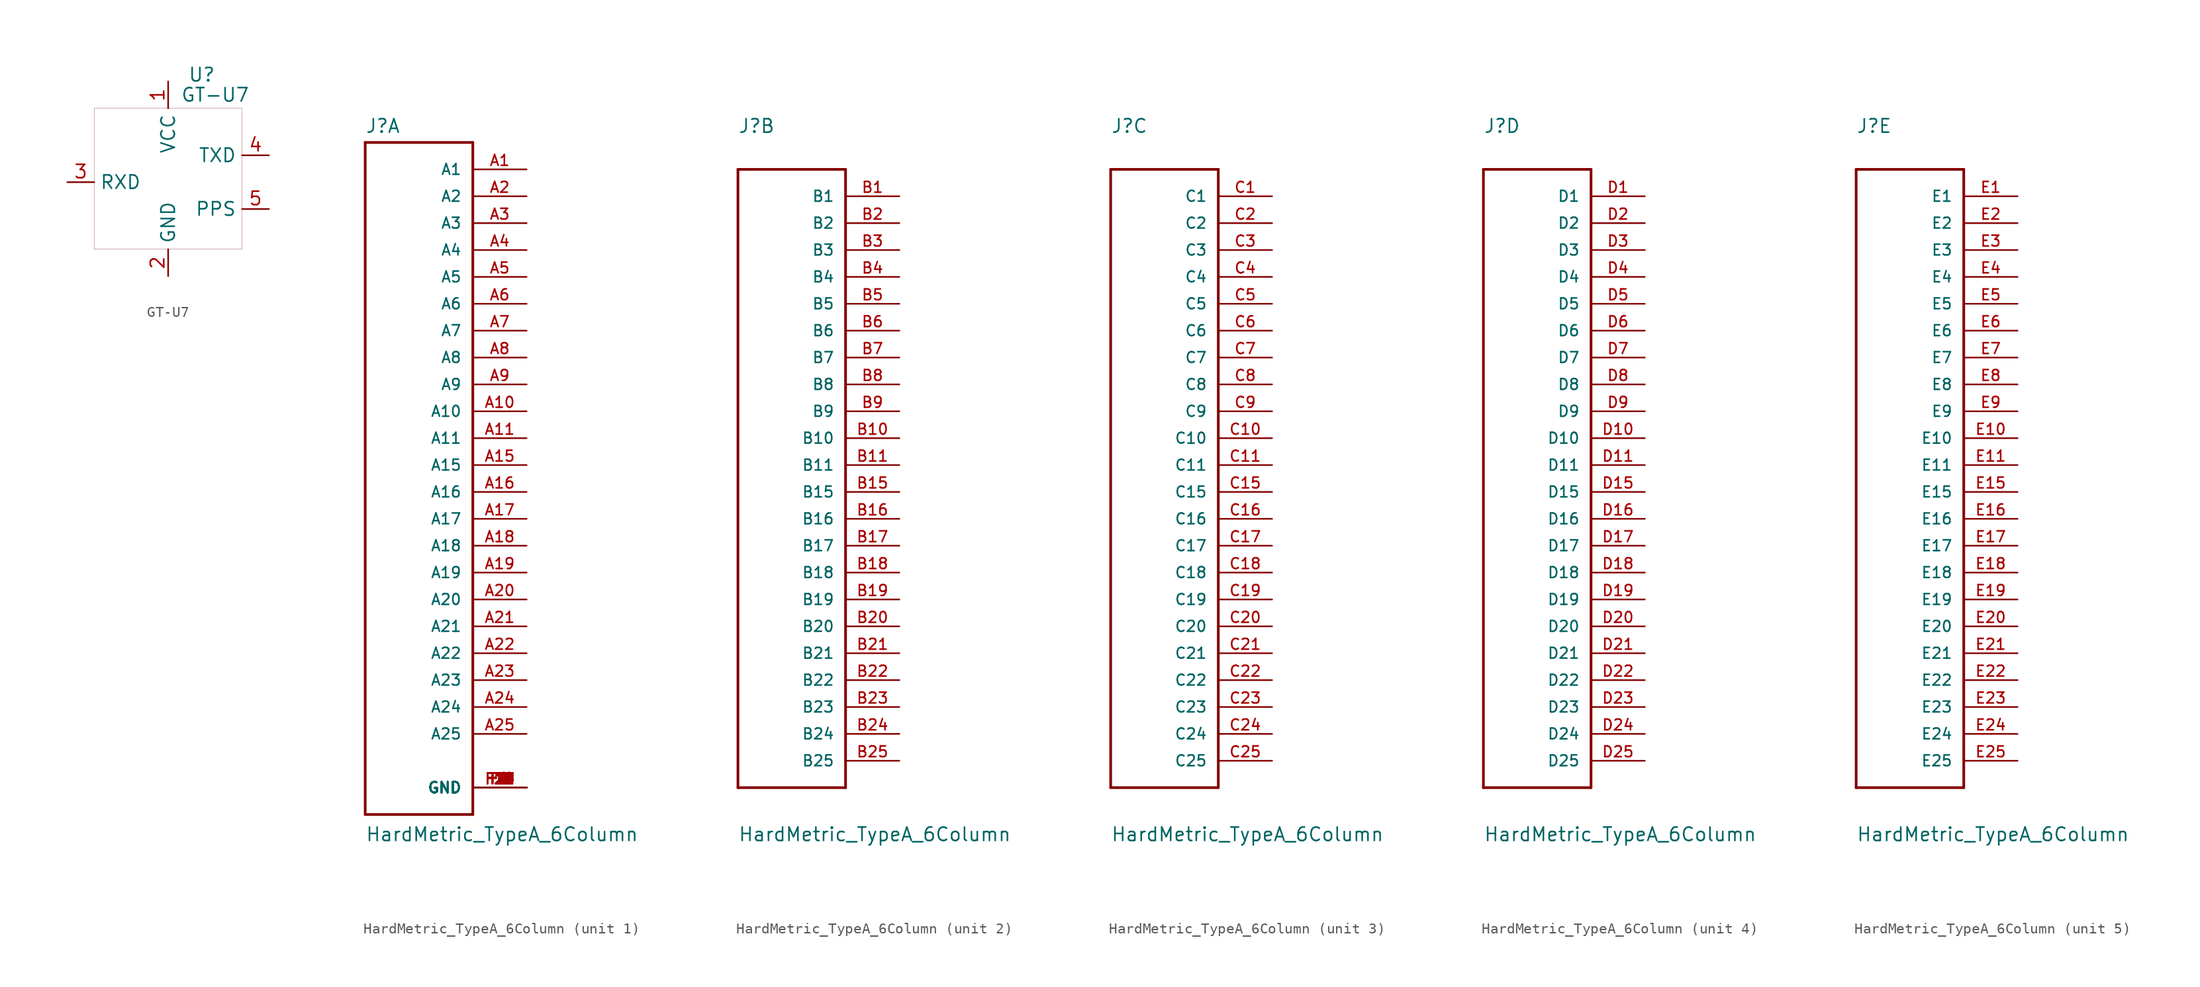
<source format=kicad_sym>
(kicad_symbol_lib
  (version 20211014)
  (generator kicad_symbol_editor)
  (symbol "GT-U7"
    (property "Reference" "U"
      (at 3.175 10.16 0)
      (effects (font (size 1.27 1.27))))
    (property "Value" "GT-U7"
      (at 4.445 8.255 0)
      (effects (font (size 1.27 1.27))))
    (symbol "GT-U7_0_1"
      (rectangle (start -6.985 6.985) (end 6.985 -6.35) (stroke (width 0.001) (type default) (color 0 0 0 0)) (fill (type none))))
    (symbol "GT-U7_1_1"
      (pin power_in line (at 0 9.525 270) (length 2.54) (name "VCC" (effects (font (size 1.27 1.27)))) (number "1" (effects (font (size 1.27 1.27)))))
      (pin power_in line (at 0 -8.89 90) (length 2.54) (name "GND" (effects (font (size 1.27 1.27)))) (number "2" (effects (font (size 1.27 1.27)))))
      (pin input line (at -9.525 0 0) (length 2.54) (name "RXD" (effects (font (size 1.27 1.27)))) (number "3" (effects (font (size 1.27 1.27)))))
      (pin output line (at 9.525 2.54 180) (length 2.54) (name "TXD" (effects (font (size 1.27 1.27)))) (number "4" (effects (font (size 1.27 1.27)))))
      (pin output line (at 9.525 -2.54 180) (length 2.54) (name "PPS" (effects (font (size 1.27 1.27)))) (number "5" (effects (font (size 1.27 1.27)))))))
  (symbol "HardMetric_TypeA_6Column"
    (pin_names
      (offset 1.016))
    (property "Reference" "J"
      (at -5.08 31.293 0)
      (effects (font (size 1.27 1.27)) (justify left bottom)))
    (property "Value" "HardMetric_TypeA_6Column"
      (at -5.08 -35.636 0)
      (effects (font (size 1.27 1.27)) (justify left bottom)))
    (property "ki_locked" ""
      (at 0 0 0)
      (effects (font (size 1.27 1.27))))
    (symbol "HardMetric_TypeA_6Column_1_0"
      (polyline (pts (xy -5.08 -33.02) (xy 5.08 -33.02)) (stroke (width 0.254) (type default) (color 0 0 0 0)) (fill (type none)))
      (polyline (pts (xy -5.08 30.48) (xy -5.08 -33.02)) (stroke (width 0.254) (type default) (color 0 0 0 0)) (fill (type none)))
      (polyline (pts (xy 5.08 -33.02) (xy 5.08 30.48)) (stroke (width 0.254) (type default) (color 0 0 0 0)) (fill (type none)))
      (polyline (pts (xy 5.08 30.48) (xy -5.08 30.48)) (stroke (width 0.254) (type default) (color 0 0 0 0)) (fill (type none)))
      (pin passive line (at 10.16 27.94 180) (length 5.08) (name "A1" (effects (font (size 1.016 1.016)))) (number "A1" (effects (font (size 1.016 1.016)))))
      (pin passive line (at 10.16 5.08 180) (length 5.08) (name "A10" (effects (font (size 1.016 1.016)))) (number "A10" (effects (font (size 1.016 1.016)))))
      (pin passive line (at 10.16 2.54 180) (length 5.08) (name "A11" (effects (font (size 1.016 1.016)))) (number "A11" (effects (font (size 1.016 1.016)))))
      (pin passive line (at 10.16 0 180) (length 5.08) (name "A15" (effects (font (size 1.016 1.016)))) (number "A15" (effects (font (size 1.016 1.016)))))
      (pin passive line (at 10.16 -2.54 180) (length 5.08) (name "A16" (effects (font (size 1.016 1.016)))) (number "A16" (effects (font (size 1.016 1.016)))))
      (pin passive line (at 10.16 -5.08 180) (length 5.08) (name "A17" (effects (font (size 1.016 1.016)))) (number "A17" (effects (font (size 1.016 1.016)))))
      (pin passive line (at 10.16 -7.62 180) (length 5.08) (name "A18" (effects (font (size 1.016 1.016)))) (number "A18" (effects (font (size 1.016 1.016)))))
      (pin passive line (at 10.16 -10.16 180) (length 5.08) (name "A19" (effects (font (size 1.016 1.016)))) (number "A19" (effects (font (size 1.016 1.016)))))
      (pin passive line (at 10.16 25.4 180) (length 5.08) (name "A2" (effects (font (size 1.016 1.016)))) (number "A2" (effects (font (size 1.016 1.016)))))
      (pin passive line (at 10.16 -12.7 180) (length 5.08) (name "A20" (effects (font (size 1.016 1.016)))) (number "A20" (effects (font (size 1.016 1.016)))))
      (pin passive line (at 10.16 -15.24 180) (length 5.08) (name "A21" (effects (font (size 1.016 1.016)))) (number "A21" (effects (font (size 1.016 1.016)))))
      (pin passive line (at 10.16 -17.78 180) (length 5.08) (name "A22" (effects (font (size 1.016 1.016)))) (number "A22" (effects (font (size 1.016 1.016)))))
      (pin passive line (at 10.16 -20.32 180) (length 5.08) (name "A23" (effects (font (size 1.016 1.016)))) (number "A23" (effects (font (size 1.016 1.016)))))
      (pin passive line (at 10.16 -22.86 180) (length 5.08) (name "A24" (effects (font (size 1.016 1.016)))) (number "A24" (effects (font (size 1.016 1.016)))))
      (pin passive line (at 10.16 -25.4 180) (length 5.08) (name "A25" (effects (font (size 1.016 1.016)))) (number "A25" (effects (font (size 1.016 1.016)))))
      (pin passive line (at 10.16 22.86 180) (length 5.08) (name "A3" (effects (font (size 1.016 1.016)))) (number "A3" (effects (font (size 1.016 1.016)))))
      (pin passive line (at 10.16 20.32 180) (length 5.08) (name "A4" (effects (font (size 1.016 1.016)))) (number "A4" (effects (font (size 1.016 1.016)))))
      (pin passive line (at 10.16 17.78 180) (length 5.08) (name "A5" (effects (font (size 1.016 1.016)))) (number "A5" (effects (font (size 1.016 1.016)))))
      (pin passive line (at 10.16 15.24 180) (length 5.08) (name "A6" (effects (font (size 1.016 1.016)))) (number "A6" (effects (font (size 1.016 1.016)))))
      (pin passive line (at 10.16 12.7 180) (length 5.08) (name "A7" (effects (font (size 1.016 1.016)))) (number "A7" (effects (font (size 1.016 1.016)))))
      (pin passive line (at 10.16 10.16 180) (length 5.08) (name "A8" (effects (font (size 1.016 1.016)))) (number "A8" (effects (font (size 1.016 1.016)))))
      (pin passive line (at 10.16 7.62 180) (length 5.08) (name "A9" (effects (font (size 1.016 1.016)))) (number "A9" (effects (font (size 1.016 1.016)))))
      (pin passive line (at 10.16 -30.48 180) (length 5.08) (name "GND" (effects (font (size 1.016 1.016)))) (number "F1" (effects (font (size 1.016 1.016)))))
      (pin passive line (at 10.16 -30.48 180) (length 5.08) (name "GND" (effects (font (size 1.016 1.016)))) (number "F10" (effects (font (size 1.016 1.016)))))
      (pin passive line (at 10.16 -30.48 180) (length 5.08) (name "GND" (effects (font (size 1.016 1.016)))) (number "F11" (effects (font (size 1.016 1.016)))))
      (pin passive line (at 10.16 -30.48 180) (length 5.08) (name "GND" (effects (font (size 1.016 1.016)))) (number "F15" (effects (font (size 1.016 1.016)))))
      (pin passive line (at 10.16 -30.48 180) (length 5.08) (name "GND" (effects (font (size 1.016 1.016)))) (number "F16" (effects (font (size 1.016 1.016)))))
      (pin passive line (at 10.16 -30.48 180) (length 5.08) (name "GND" (effects (font (size 1.016 1.016)))) (number "F17" (effects (font (size 1.016 1.016)))))
      (pin passive line (at 10.16 -30.48 180) (length 5.08) (name "GND" (effects (font (size 1.016 1.016)))) (number "F18" (effects (font (size 1.016 1.016)))))
      (pin passive line (at 10.16 -30.48 180) (length 5.08) (name "GND" (effects (font (size 1.016 1.016)))) (number "F19" (effects (font (size 1.016 1.016)))))
      (pin passive line (at 10.16 -30.48 180) (length 5.08) (name "GND" (effects (font (size 1.016 1.016)))) (number "F2" (effects (font (size 1.016 1.016)))))
      (pin passive line (at 10.16 -30.48 180) (length 5.08) (name "GND" (effects (font (size 1.016 1.016)))) (number "F20" (effects (font (size 1.016 1.016)))))
      (pin passive line (at 10.16 -30.48 180) (length 5.08) (name "GND" (effects (font (size 1.016 1.016)))) (number "F21" (effects (font (size 1.016 1.016)))))
      (pin passive line (at 10.16 -30.48 180) (length 5.08) (name "GND" (effects (font (size 1.016 1.016)))) (number "F22" (effects (font (size 1.016 1.016)))))
      (pin passive line (at 10.16 -30.48 180) (length 5.08) (name "GND" (effects (font (size 1.016 1.016)))) (number "F23" (effects (font (size 1.016 1.016)))))
      (pin passive line (at 10.16 -30.48 180) (length 5.08) (name "GND" (effects (font (size 1.016 1.016)))) (number "F24" (effects (font (size 1.016 1.016)))))
      (pin passive line (at 10.16 -30.48 180) (length 5.08) (name "GND" (effects (font (size 1.016 1.016)))) (number "F25" (effects (font (size 1.016 1.016)))))
      (pin passive line (at 10.16 -30.48 180) (length 5.08) (name "GND" (effects (font (size 1.016 1.016)))) (number "F3" (effects (font (size 1.016 1.016)))))
      (pin passive line (at 10.16 -30.48 180) (length 5.08) (name "GND" (effects (font (size 1.016 1.016)))) (number "F4" (effects (font (size 1.016 1.016)))))
      (pin passive line (at 10.16 -30.48 180) (length 5.08) (name "GND" (effects (font (size 1.016 1.016)))) (number "F5" (effects (font (size 1.016 1.016)))))
      (pin passive line (at 10.16 -30.48 180) (length 5.08) (name "GND" (effects (font (size 1.016 1.016)))) (number "F6" (effects (font (size 1.016 1.016)))))
      (pin passive line (at 10.16 -30.48 180) (length 5.08) (name "GND" (effects (font (size 1.016 1.016)))) (number "F7" (effects (font (size 1.016 1.016)))))
      (pin passive line (at 10.16 -30.48 180) (length 5.08) (name "GND" (effects (font (size 1.016 1.016)))) (number "F8" (effects (font (size 1.016 1.016)))))
      (pin passive line (at 10.16 -30.48 180) (length 5.08) (name "GND" (effects (font (size 1.016 1.016)))) (number "F9" (effects (font (size 1.016 1.016))))))
    (symbol "HardMetric_TypeA_6Column_2_0"
      (polyline (pts (xy -5.08 -30.48) (xy 5.08 -30.48)) (stroke (width 0.254) (type default) (color 0 0 0 0)) (fill (type none)))
      (polyline (pts (xy -5.08 27.94) (xy -5.08 -30.48)) (stroke (width 0.254) (type default) (color 0 0 0 0)) (fill (type none)))
      (polyline (pts (xy 5.08 -30.48) (xy 5.08 27.94)) (stroke (width 0.254) (type default) (color 0 0 0 0)) (fill (type none)))
      (polyline (pts (xy 5.08 27.94) (xy -5.08 27.94)) (stroke (width 0.254) (type default) (color 0 0 0 0)) (fill (type none)))
      (pin passive line (at 10.16 25.4 180) (length 5.08) (name "B1" (effects (font (size 1.016 1.016)))) (number "B1" (effects (font (size 1.016 1.016)))))
      (pin passive line (at 10.16 2.54 180) (length 5.08) (name "B10" (effects (font (size 1.016 1.016)))) (number "B10" (effects (font (size 1.016 1.016)))))
      (pin passive line (at 10.16 0 180) (length 5.08) (name "B11" (effects (font (size 1.016 1.016)))) (number "B11" (effects (font (size 1.016 1.016)))))
      (pin passive line (at 10.16 -2.54 180) (length 5.08) (name "B15" (effects (font (size 1.016 1.016)))) (number "B15" (effects (font (size 1.016 1.016)))))
      (pin passive line (at 10.16 -5.08 180) (length 5.08) (name "B16" (effects (font (size 1.016 1.016)))) (number "B16" (effects (font (size 1.016 1.016)))))
      (pin passive line (at 10.16 -7.62 180) (length 5.08) (name "B17" (effects (font (size 1.016 1.016)))) (number "B17" (effects (font (size 1.016 1.016)))))
      (pin passive line (at 10.16 -10.16 180) (length 5.08) (name "B18" (effects (font (size 1.016 1.016)))) (number "B18" (effects (font (size 1.016 1.016)))))
      (pin passive line (at 10.16 -12.7 180) (length 5.08) (name "B19" (effects (font (size 1.016 1.016)))) (number "B19" (effects (font (size 1.016 1.016)))))
      (pin passive line (at 10.16 22.86 180) (length 5.08) (name "B2" (effects (font (size 1.016 1.016)))) (number "B2" (effects (font (size 1.016 1.016)))))
      (pin passive line (at 10.16 -15.24 180) (length 5.08) (name "B20" (effects (font (size 1.016 1.016)))) (number "B20" (effects (font (size 1.016 1.016)))))
      (pin passive line (at 10.16 -17.78 180) (length 5.08) (name "B21" (effects (font (size 1.016 1.016)))) (number "B21" (effects (font (size 1.016 1.016)))))
      (pin passive line (at 10.16 -20.32 180) (length 5.08) (name "B22" (effects (font (size 1.016 1.016)))) (number "B22" (effects (font (size 1.016 1.016)))))
      (pin passive line (at 10.16 -22.86 180) (length 5.08) (name "B23" (effects (font (size 1.016 1.016)))) (number "B23" (effects (font (size 1.016 1.016)))))
      (pin passive line (at 10.16 -25.4 180) (length 5.08) (name "B24" (effects (font (size 1.016 1.016)))) (number "B24" (effects (font (size 1.016 1.016)))))
      (pin passive line (at 10.16 -27.94 180) (length 5.08) (name "B25" (effects (font (size 1.016 1.016)))) (number "B25" (effects (font (size 1.016 1.016)))))
      (pin passive line (at 10.16 20.32 180) (length 5.08) (name "B3" (effects (font (size 1.016 1.016)))) (number "B3" (effects (font (size 1.016 1.016)))))
      (pin passive line (at 10.16 17.78 180) (length 5.08) (name "B4" (effects (font (size 1.016 1.016)))) (number "B4" (effects (font (size 1.016 1.016)))))
      (pin passive line (at 10.16 15.24 180) (length 5.08) (name "B5" (effects (font (size 1.016 1.016)))) (number "B5" (effects (font (size 1.016 1.016)))))
      (pin passive line (at 10.16 12.7 180) (length 5.08) (name "B6" (effects (font (size 1.016 1.016)))) (number "B6" (effects (font (size 1.016 1.016)))))
      (pin passive line (at 10.16 10.16 180) (length 5.08) (name "B7" (effects (font (size 1.016 1.016)))) (number "B7" (effects (font (size 1.016 1.016)))))
      (pin passive line (at 10.16 7.62 180) (length 5.08) (name "B8" (effects (font (size 1.016 1.016)))) (number "B8" (effects (font (size 1.016 1.016)))))
      (pin passive line (at 10.16 5.08 180) (length 5.08) (name "B9" (effects (font (size 1.016 1.016)))) (number "B9" (effects (font (size 1.016 1.016))))))
    (symbol "HardMetric_TypeA_6Column_3_0"
      (polyline (pts (xy -5.08 -30.48) (xy 5.08 -30.48)) (stroke (width 0.254) (type default) (color 0 0 0 0)) (fill (type none)))
      (polyline (pts (xy -5.08 27.94) (xy -5.08 -30.48)) (stroke (width 0.254) (type default) (color 0 0 0 0)) (fill (type none)))
      (polyline (pts (xy 5.08 -30.48) (xy 5.08 27.94)) (stroke (width 0.254) (type default) (color 0 0 0 0)) (fill (type none)))
      (polyline (pts (xy 5.08 27.94) (xy -5.08 27.94)) (stroke (width 0.254) (type default) (color 0 0 0 0)) (fill (type none)))
      (pin passive line (at 10.16 25.4 180) (length 5.08) (name "C1" (effects (font (size 1.016 1.016)))) (number "C1" (effects (font (size 1.016 1.016)))))
      (pin passive line (at 10.16 2.54 180) (length 5.08) (name "C10" (effects (font (size 1.016 1.016)))) (number "C10" (effects (font (size 1.016 1.016)))))
      (pin passive line (at 10.16 0 180) (length 5.08) (name "C11" (effects (font (size 1.016 1.016)))) (number "C11" (effects (font (size 1.016 1.016)))))
      (pin passive line (at 10.16 -2.54 180) (length 5.08) (name "C15" (effects (font (size 1.016 1.016)))) (number "C15" (effects (font (size 1.016 1.016)))))
      (pin passive line (at 10.16 -5.08 180) (length 5.08) (name "C16" (effects (font (size 1.016 1.016)))) (number "C16" (effects (font (size 1.016 1.016)))))
      (pin passive line (at 10.16 -7.62 180) (length 5.08) (name "C17" (effects (font (size 1.016 1.016)))) (number "C17" (effects (font (size 1.016 1.016)))))
      (pin passive line (at 10.16 -10.16 180) (length 5.08) (name "C18" (effects (font (size 1.016 1.016)))) (number "C18" (effects (font (size 1.016 1.016)))))
      (pin passive line (at 10.16 -12.7 180) (length 5.08) (name "C19" (effects (font (size 1.016 1.016)))) (number "C19" (effects (font (size 1.016 1.016)))))
      (pin passive line (at 10.16 22.86 180) (length 5.08) (name "C2" (effects (font (size 1.016 1.016)))) (number "C2" (effects (font (size 1.016 1.016)))))
      (pin passive line (at 10.16 -15.24 180) (length 5.08) (name "C20" (effects (font (size 1.016 1.016)))) (number "C20" (effects (font (size 1.016 1.016)))))
      (pin passive line (at 10.16 -17.78 180) (length 5.08) (name "C21" (effects (font (size 1.016 1.016)))) (number "C21" (effects (font (size 1.016 1.016)))))
      (pin passive line (at 10.16 -20.32 180) (length 5.08) (name "C22" (effects (font (size 1.016 1.016)))) (number "C22" (effects (font (size 1.016 1.016)))))
      (pin passive line (at 10.16 -22.86 180) (length 5.08) (name "C23" (effects (font (size 1.016 1.016)))) (number "C23" (effects (font (size 1.016 1.016)))))
      (pin passive line (at 10.16 -25.4 180) (length 5.08) (name "C24" (effects (font (size 1.016 1.016)))) (number "C24" (effects (font (size 1.016 1.016)))))
      (pin passive line (at 10.16 -27.94 180) (length 5.08) (name "C25" (effects (font (size 1.016 1.016)))) (number "C25" (effects (font (size 1.016 1.016)))))
      (pin passive line (at 10.16 20.32 180) (length 5.08) (name "C3" (effects (font (size 1.016 1.016)))) (number "C3" (effects (font (size 1.016 1.016)))))
      (pin passive line (at 10.16 17.78 180) (length 5.08) (name "C4" (effects (font (size 1.016 1.016)))) (number "C4" (effects (font (size 1.016 1.016)))))
      (pin passive line (at 10.16 15.24 180) (length 5.08) (name "C5" (effects (font (size 1.016 1.016)))) (number "C5" (effects (font (size 1.016 1.016)))))
      (pin passive line (at 10.16 12.7 180) (length 5.08) (name "C6" (effects (font (size 1.016 1.016)))) (number "C6" (effects (font (size 1.016 1.016)))))
      (pin passive line (at 10.16 10.16 180) (length 5.08) (name "C7" (effects (font (size 1.016 1.016)))) (number "C7" (effects (font (size 1.016 1.016)))))
      (pin passive line (at 10.16 7.62 180) (length 5.08) (name "C8" (effects (font (size 1.016 1.016)))) (number "C8" (effects (font (size 1.016 1.016)))))
      (pin passive line (at 10.16 5.08 180) (length 5.08) (name "C9" (effects (font (size 1.016 1.016)))) (number "C9" (effects (font (size 1.016 1.016))))))
    (symbol "HardMetric_TypeA_6Column_4_0"
      (polyline (pts (xy -5.08 -30.48) (xy 5.08 -30.48)) (stroke (width 0.254) (type default) (color 0 0 0 0)) (fill (type none)))
      (polyline (pts (xy -5.08 27.94) (xy -5.08 -30.48)) (stroke (width 0.254) (type default) (color 0 0 0 0)) (fill (type none)))
      (polyline (pts (xy 5.08 -30.48) (xy 5.08 27.94)) (stroke (width 0.254) (type default) (color 0 0 0 0)) (fill (type none)))
      (polyline (pts (xy 5.08 27.94) (xy -5.08 27.94)) (stroke (width 0.254) (type default) (color 0 0 0 0)) (fill (type none)))
      (pin passive line (at 10.16 25.4 180) (length 5.08) (name "D1" (effects (font (size 1.016 1.016)))) (number "D1" (effects (font (size 1.016 1.016)))))
      (pin passive line (at 10.16 2.54 180) (length 5.08) (name "D10" (effects (font (size 1.016 1.016)))) (number "D10" (effects (font (size 1.016 1.016)))))
      (pin passive line (at 10.16 0 180) (length 5.08) (name "D11" (effects (font (size 1.016 1.016)))) (number "D11" (effects (font (size 1.016 1.016)))))
      (pin passive line (at 10.16 -2.54 180) (length 5.08) (name "D15" (effects (font (size 1.016 1.016)))) (number "D15" (effects (font (size 1.016 1.016)))))
      (pin passive line (at 10.16 -5.08 180) (length 5.08) (name "D16" (effects (font (size 1.016 1.016)))) (number "D16" (effects (font (size 1.016 1.016)))))
      (pin passive line (at 10.16 -7.62 180) (length 5.08) (name "D17" (effects (font (size 1.016 1.016)))) (number "D17" (effects (font (size 1.016 1.016)))))
      (pin passive line (at 10.16 -10.16 180) (length 5.08) (name "D18" (effects (font (size 1.016 1.016)))) (number "D18" (effects (font (size 1.016 1.016)))))
      (pin passive line (at 10.16 -12.7 180) (length 5.08) (name "D19" (effects (font (size 1.016 1.016)))) (number "D19" (effects (font (size 1.016 1.016)))))
      (pin passive line (at 10.16 22.86 180) (length 5.08) (name "D2" (effects (font (size 1.016 1.016)))) (number "D2" (effects (font (size 1.016 1.016)))))
      (pin passive line (at 10.16 -15.24 180) (length 5.08) (name "D20" (effects (font (size 1.016 1.016)))) (number "D20" (effects (font (size 1.016 1.016)))))
      (pin passive line (at 10.16 -17.78 180) (length 5.08) (name "D21" (effects (font (size 1.016 1.016)))) (number "D21" (effects (font (size 1.016 1.016)))))
      (pin passive line (at 10.16 -20.32 180) (length 5.08) (name "D22" (effects (font (size 1.016 1.016)))) (number "D22" (effects (font (size 1.016 1.016)))))
      (pin passive line (at 10.16 -22.86 180) (length 5.08) (name "D23" (effects (font (size 1.016 1.016)))) (number "D23" (effects (font (size 1.016 1.016)))))
      (pin passive line (at 10.16 -25.4 180) (length 5.08) (name "D24" (effects (font (size 1.016 1.016)))) (number "D24" (effects (font (size 1.016 1.016)))))
      (pin passive line (at 10.16 -27.94 180) (length 5.08) (name "D25" (effects (font (size 1.016 1.016)))) (number "D25" (effects (font (size 1.016 1.016)))))
      (pin passive line (at 10.16 20.32 180) (length 5.08) (name "D3" (effects (font (size 1.016 1.016)))) (number "D3" (effects (font (size 1.016 1.016)))))
      (pin passive line (at 10.16 17.78 180) (length 5.08) (name "D4" (effects (font (size 1.016 1.016)))) (number "D4" (effects (font (size 1.016 1.016)))))
      (pin passive line (at 10.16 15.24 180) (length 5.08) (name "D5" (effects (font (size 1.016 1.016)))) (number "D5" (effects (font (size 1.016 1.016)))))
      (pin passive line (at 10.16 12.7 180) (length 5.08) (name "D6" (effects (font (size 1.016 1.016)))) (number "D6" (effects (font (size 1.016 1.016)))))
      (pin passive line (at 10.16 10.16 180) (length 5.08) (name "D7" (effects (font (size 1.016 1.016)))) (number "D7" (effects (font (size 1.016 1.016)))))
      (pin passive line (at 10.16 7.62 180) (length 5.08) (name "D8" (effects (font (size 1.016 1.016)))) (number "D8" (effects (font (size 1.016 1.016)))))
      (pin passive line (at 10.16 5.08 180) (length 5.08) (name "D9" (effects (font (size 1.016 1.016)))) (number "D9" (effects (font (size 1.016 1.016))))))
    (symbol "HardMetric_TypeA_6Column_5_0"
      (polyline (pts (xy -5.08 -30.48) (xy 5.08 -30.48)) (stroke (width 0.254) (type default) (color 0 0 0 0)) (fill (type none)))
      (polyline (pts (xy -5.08 27.94) (xy -5.08 -30.48)) (stroke (width 0.254) (type default) (color 0 0 0 0)) (fill (type none)))
      (polyline (pts (xy 5.08 -30.48) (xy 5.08 27.94)) (stroke (width 0.254) (type default) (color 0 0 0 0)) (fill (type none)))
      (polyline (pts (xy 5.08 27.94) (xy -5.08 27.94)) (stroke (width 0.254) (type default) (color 0 0 0 0)) (fill (type none)))
      (pin passive line (at 10.16 25.4 180) (length 5.08) (name "E1" (effects (font (size 1.016 1.016)))) (number "E1" (effects (font (size 1.016 1.016)))))
      (pin passive line (at 10.16 2.54 180) (length 5.08) (name "E10" (effects (font (size 1.016 1.016)))) (number "E10" (effects (font (size 1.016 1.016)))))
      (pin passive line (at 10.16 0 180) (length 5.08) (name "E11" (effects (font (size 1.016 1.016)))) (number "E11" (effects (font (size 1.016 1.016)))))
      (pin passive line (at 10.16 -2.54 180) (length 5.08) (name "E15" (effects (font (size 1.016 1.016)))) (number "E15" (effects (font (size 1.016 1.016)))))
      (pin passive line (at 10.16 -5.08 180) (length 5.08) (name "E16" (effects (font (size 1.016 1.016)))) (number "E16" (effects (font (size 1.016 1.016)))))
      (pin passive line (at 10.16 -7.62 180) (length 5.08) (name "E17" (effects (font (size 1.016 1.016)))) (number "E17" (effects (font (size 1.016 1.016)))))
      (pin passive line (at 10.16 -10.16 180) (length 5.08) (name "E18" (effects (font (size 1.016 1.016)))) (number "E18" (effects (font (size 1.016 1.016)))))
      (pin passive line (at 10.16 -12.7 180) (length 5.08) (name "E19" (effects (font (size 1.016 1.016)))) (number "E19" (effects (font (size 1.016 1.016)))))
      (pin passive line (at 10.16 22.86 180) (length 5.08) (name "E2" (effects (font (size 1.016 1.016)))) (number "E2" (effects (font (size 1.016 1.016)))))
      (pin passive line (at 10.16 -15.24 180) (length 5.08) (name "E20" (effects (font (size 1.016 1.016)))) (number "E20" (effects (font (size 1.016 1.016)))))
      (pin passive line (at 10.16 -17.78 180) (length 5.08) (name "E21" (effects (font (size 1.016 1.016)))) (number "E21" (effects (font (size 1.016 1.016)))))
      (pin passive line (at 10.16 -20.32 180) (length 5.08) (name "E22" (effects (font (size 1.016 1.016)))) (number "E22" (effects (font (size 1.016 1.016)))))
      (pin passive line (at 10.16 -22.86 180) (length 5.08) (name "E23" (effects (font (size 1.016 1.016)))) (number "E23" (effects (font (size 1.016 1.016)))))
      (pin passive line (at 10.16 -25.4 180) (length 5.08) (name "E24" (effects (font (size 1.016 1.016)))) (number "E24" (effects (font (size 1.016 1.016)))))
      (pin passive line (at 10.16 -27.94 180) (length 5.08) (name "E25" (effects (font (size 1.016 1.016)))) (number "E25" (effects (font (size 1.016 1.016)))))
      (pin passive line (at 10.16 20.32 180) (length 5.08) (name "E3" (effects (font (size 1.016 1.016)))) (number "E3" (effects (font (size 1.016 1.016)))))
      (pin passive line (at 10.16 17.78 180) (length 5.08) (name "E4" (effects (font (size 1.016 1.016)))) (number "E4" (effects (font (size 1.016 1.016)))))
      (pin passive line (at 10.16 15.24 180) (length 5.08) (name "E5" (effects (font (size 1.016 1.016)))) (number "E5" (effects (font (size 1.016 1.016)))))
      (pin passive line (at 10.16 12.7 180) (length 5.08) (name "E6" (effects (font (size 1.016 1.016)))) (number "E6" (effects (font (size 1.016 1.016)))))
      (pin passive line (at 10.16 10.16 180) (length 5.08) (name "E7" (effects (font (size 1.016 1.016)))) (number "E7" (effects (font (size 1.016 1.016)))))
      (pin passive line (at 10.16 7.62 180) (length 5.08) (name "E8" (effects (font (size 1.016 1.016)))) (number "E8" (effects (font (size 1.016 1.016)))))
      (pin passive line (at 10.16 5.08 180) (length 5.08) (name "E9" (effects (font (size 1.016 1.016)))) (number "E9" (effects (font (size 1.016 1.016))))))))
</source>
